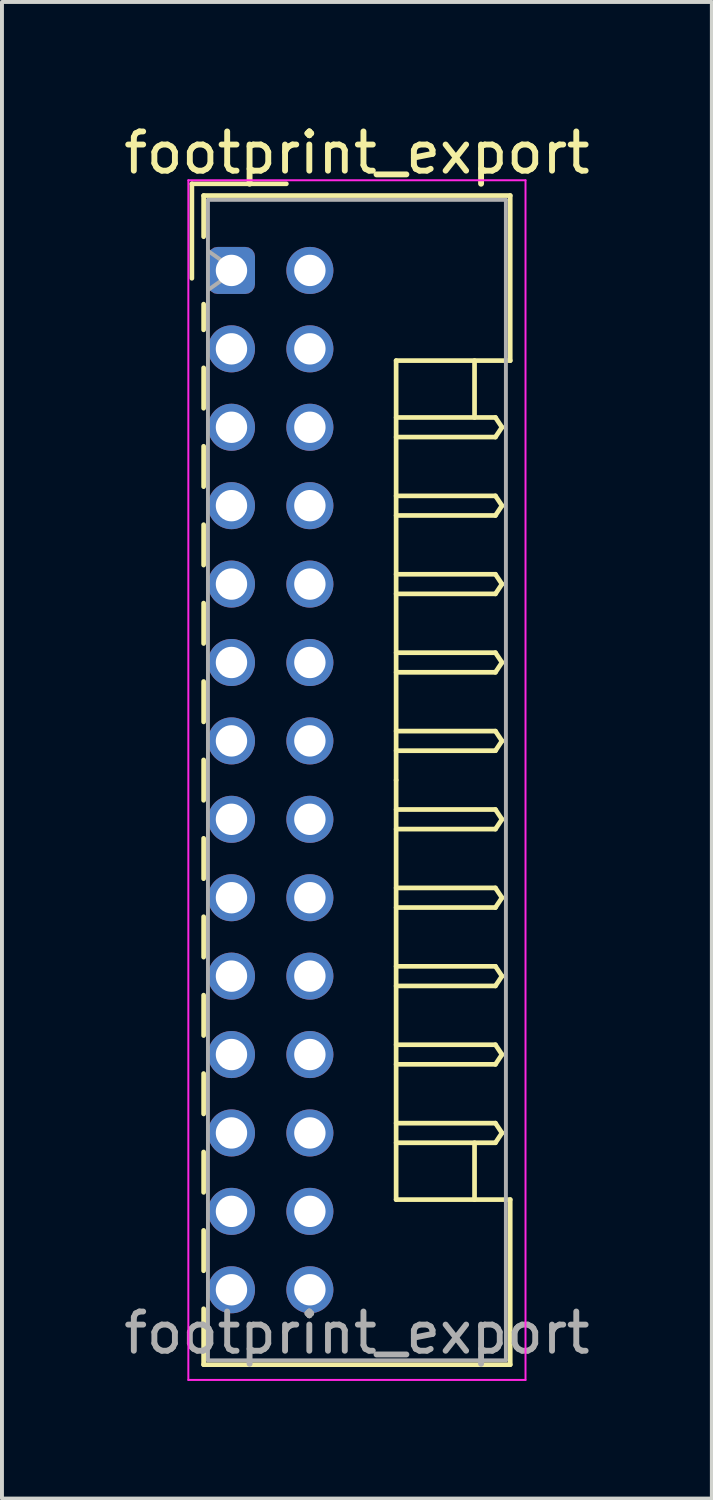
<source format=kicad_pcb>
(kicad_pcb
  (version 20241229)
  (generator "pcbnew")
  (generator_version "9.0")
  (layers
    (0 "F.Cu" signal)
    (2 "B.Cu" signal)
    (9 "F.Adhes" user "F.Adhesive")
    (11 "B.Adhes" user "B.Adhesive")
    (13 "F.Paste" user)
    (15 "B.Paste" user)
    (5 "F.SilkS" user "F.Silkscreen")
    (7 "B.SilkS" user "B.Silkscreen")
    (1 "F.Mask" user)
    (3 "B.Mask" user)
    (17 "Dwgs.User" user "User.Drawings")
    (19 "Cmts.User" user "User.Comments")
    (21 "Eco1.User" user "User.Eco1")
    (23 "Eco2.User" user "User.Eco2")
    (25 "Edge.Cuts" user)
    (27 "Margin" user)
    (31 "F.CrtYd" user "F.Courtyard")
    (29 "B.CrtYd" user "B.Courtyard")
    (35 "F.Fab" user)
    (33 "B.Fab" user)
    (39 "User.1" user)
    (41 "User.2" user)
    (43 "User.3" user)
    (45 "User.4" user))
  (footprint "footprint_export"
    (layer "F.Cu")
    (at 2.854 3.848)
    (property "Reference" "footprint_export" (at 3.2 -3 0) (layer "F.SilkS") (effects (font (size 1 1) (thickness 0.15))))
    (attr through_hole)
    (fp_line (start -1.01 -2.21) (end -1.01 0.2) (stroke (width 0.12) (type solid)) (layer "F.SilkS"))
    (fp_line (start -0.71 -1.91) (end -0.71 -0.86) (stroke (width 0.12) (type solid)) (layer "F.SilkS"))
    (fp_line (start -0.71 -1.91) (end 7.11 -1.91) (stroke (width 0.12) (type solid)) (layer "F.SilkS"))
    (fp_line (start -0.71 0.86) (end -0.71 1.515) (stroke (width 0.12) (type solid)) (layer "F.SilkS"))
    (fp_line (start -0.71 2.485) (end -0.71 3.515) (stroke (width 0.12) (type solid)) (layer "F.SilkS"))
    (fp_line (start -0.71 4.485) (end -0.71 5.515) (stroke (width 0.12) (type solid)) (layer "F.SilkS"))
    (fp_line (start -0.71 6.485) (end -0.71 7.515) (stroke (width 0.12) (type solid)) (layer "F.SilkS"))
    (fp_line (start -0.71 8.485) (end -0.71 9.515) (stroke (width 0.12) (type solid)) (layer "F.SilkS"))
    (fp_line (start -0.71 10.485) (end -0.71 11.515) (stroke (width 0.12) (type solid)) (layer "F.SilkS"))
    (fp_line (start -0.71 12.485) (end -0.71 13.515) (stroke (width 0.12) (type solid)) (layer "F.SilkS"))
    (fp_line (start -0.71 14.485) (end -0.71 15.515) (stroke (width 0.12) (type solid)) (layer "F.SilkS"))
    (fp_line (start -0.71 16.485) (end -0.71 17.515) (stroke (width 0.12) (type solid)) (layer "F.SilkS"))
    (fp_line (start -0.71 18.485) (end -0.71 19.515) (stroke (width 0.12) (type solid)) (layer "F.SilkS"))
    (fp_line (start -0.71 20.485) (end -0.71 21.515) (stroke (width 0.12) (type solid)) (layer "F.SilkS"))
    (fp_line (start -0.71 22.485) (end -0.71 23.515) (stroke (width 0.12) (type solid)) (layer "F.SilkS"))
    (fp_line (start -0.71 24.485) (end -0.71 25.515) (stroke (width 0.12) (type solid)) (layer "F.SilkS"))
    (fp_line (start -0.71 26.485) (end -0.71 27.91) (stroke (width 0.12) (type solid)) (layer "F.SilkS"))
    (fp_line (start -0.71 27.91) (end 7.11 27.91) (stroke (width 0.12) (type solid)) (layer "F.SilkS"))
    (fp_line (start 1.4 -2.21) (end -1.01 -2.21) (stroke (width 0.12) (type solid)) (layer "F.SilkS"))
    (fp_line (start 4.2 2.3) (end 4.2 13) (stroke (width 0.12) (type solid)) (layer "F.SilkS"))
    (fp_line (start 4.2 3.75) (end 6.733 3.75) (stroke (width 0.12) (type solid)) (layer "F.SilkS"))
    (fp_line (start 4.2 5.75) (end 6.733 5.75) (stroke (width 0.12) (type solid)) (layer "F.SilkS"))
    (fp_line (start 4.2 7.75) (end 6.733 7.75) (stroke (width 0.12) (type solid)) (layer "F.SilkS"))
    (fp_line (start 4.2 9.75) (end 6.733 9.75) (stroke (width 0.12) (type solid)) (layer "F.SilkS"))
    (fp_line (start 4.2 11.75) (end 6.733 11.75) (stroke (width 0.12) (type solid)) (layer "F.SilkS"))
    (fp_line (start 4.2 13.75) (end 6.733 13.75) (stroke (width 0.12) (type solid)) (layer "F.SilkS"))
    (fp_line (start 4.2 15.75) (end 6.733 15.75) (stroke (width 0.12) (type solid)) (layer "F.SilkS"))
    (fp_line (start 4.2 17.75) (end 6.733 17.75) (stroke (width 0.12) (type solid)) (layer "F.SilkS"))
    (fp_line (start 4.2 19.75) (end 6.733 19.75) (stroke (width 0.12) (type solid)) (layer "F.SilkS"))
    (fp_line (start 4.2 21.75) (end 6.733 21.75) (stroke (width 0.12) (type solid)) (layer "F.SilkS"))
    (fp_line (start 4.2 23.7) (end 4.2 13) (stroke (width 0.12) (type solid)) (layer "F.SilkS"))
    (fp_line (start 6.2 2.3) (end 6.2 3.75) (stroke (width 0.12) (type solid)) (layer "F.SilkS"))
    (fp_line (start 6.2 23.7) (end 6.2 22.25) (stroke (width 0.12) (type solid)) (layer "F.SilkS"))
    (fp_line (start 6.733 3.75) (end 6.9 4) (stroke (width 0.12) (type solid)) (layer "F.SilkS"))
    (fp_line (start 6.733 4.25) (end 4.2 4.25) (stroke (width 0.12) (type solid)) (layer "F.SilkS"))
    (fp_line (start 6.733 5.75) (end 6.9 6) (stroke (width 0.12) (type solid)) (layer "F.SilkS"))
    (fp_line (start 6.733 6.25) (end 4.2 6.25) (stroke (width 0.12) (type solid)) (layer "F.SilkS"))
    (fp_line (start 6.733 7.75) (end 6.9 8) (stroke (width 0.12) (type solid)) (layer "F.SilkS"))
    (fp_line (start 6.733 8.25) (end 4.2 8.25) (stroke (width 0.12) (type solid)) (layer "F.SilkS"))
    (fp_line (start 6.733 9.75) (end 6.9 10) (stroke (width 0.12) (type solid)) (layer "F.SilkS"))
    (fp_line (start 6.733 10.25) (end 4.2 10.25) (stroke (width 0.12) (type solid)) (layer "F.SilkS"))
    (fp_line (start 6.733 11.75) (end 6.9 12) (stroke (width 0.12) (type solid)) (layer "F.SilkS"))
    (fp_line (start 6.733 12.25) (end 4.2 12.25) (stroke (width 0.12) (type solid)) (layer "F.SilkS"))
    (fp_line (start 6.733 13.75) (end 6.9 14) (stroke (width 0.12) (type solid)) (layer "F.SilkS"))
    (fp_line (start 6.733 14.25) (end 4.2 14.25) (stroke (width 0.12) (type solid)) (layer "F.SilkS"))
    (fp_line (start 6.733 15.75) (end 6.9 16) (stroke (width 0.12) (type solid)) (layer "F.SilkS"))
    (fp_line (start 6.733 16.25) (end 4.2 16.25) (stroke (width 0.12) (type solid)) (layer "F.SilkS"))
    (fp_line (start 6.733 17.75) (end 6.9 18) (stroke (width 0.12) (type solid)) (layer "F.SilkS"))
    (fp_line (start 6.733 18.25) (end 4.2 18.25) (stroke (width 0.12) (type solid)) (layer "F.SilkS"))
    (fp_line (start 6.733 19.75) (end 6.9 20) (stroke (width 0.12) (type solid)) (layer "F.SilkS"))
    (fp_line (start 6.733 20.25) (end 4.2 20.25) (stroke (width 0.12) (type solid)) (layer "F.SilkS"))
    (fp_line (start 6.733 21.75) (end 6.9 22) (stroke (width 0.12) (type solid)) (layer "F.SilkS"))
    (fp_line (start 6.733 22.25) (end 4.2 22.25) (stroke (width 0.12) (type solid)) (layer "F.SilkS"))
    (fp_line (start 6.9 4) (end 6.733 4.25) (stroke (width 0.12) (type solid)) (layer "F.SilkS"))
    (fp_line (start 6.9 6) (end 6.733 6.25) (stroke (width 0.12) (type solid)) (layer "F.SilkS"))
    (fp_line (start 6.9 8) (end 6.733 8.25) (stroke (width 0.12) (type solid)) (layer "F.SilkS"))
    (fp_line (start 6.9 10) (end 6.733 10.25) (stroke (width 0.12) (type solid)) (layer "F.SilkS"))
    (fp_line (start 6.9 12) (end 6.733 12.25) (stroke (width 0.12) (type solid)) (layer "F.SilkS"))
    (fp_line (start 6.9 14) (end 6.733 14.25) (stroke (width 0.12) (type solid)) (layer "F.SilkS"))
    (fp_line (start 6.9 16) (end 6.733 16.25) (stroke (width 0.12) (type solid)) (layer "F.SilkS"))
    (fp_line (start 6.9 18) (end 6.733 18.25) (stroke (width 0.12) (type solid)) (layer "F.SilkS"))
    (fp_line (start 6.9 20) (end 6.733 20.25) (stroke (width 0.12) (type solid)) (layer "F.SilkS"))
    (fp_line (start 6.9 22) (end 6.733 22.25) (stroke (width 0.12) (type solid)) (layer "F.SilkS"))
    (fp_line (start 7.11 -1.91) (end 7.11 2.3) (stroke (width 0.12) (type solid)) (layer "F.SilkS"))
    (fp_line (start 7.11 2.3) (end 4.2 2.3) (stroke (width 0.12) (type solid)) (layer "F.SilkS"))
    (fp_line (start 7.11 23.7) (end 4.2 23.7) (stroke (width 0.12) (type solid)) (layer "F.SilkS"))
    (fp_line (start 7.11 27.91) (end 7.11 23.7) (stroke (width 0.12) (type solid)) (layer "F.SilkS"))
    (fp_line (start -1.1 -2.3) (end -1.1 28.3) (stroke (width 0.05) (type solid)) (layer "F.CrtYd"))
    (fp_line (start -1.1 28.3) (end 7.5 28.3) (stroke (width 0.05) (type solid)) (layer "F.CrtYd"))
    (fp_line (start 7.5 -2.3) (end -1.1 -2.3) (stroke (width 0.05) (type solid)) (layer "F.CrtYd"))
    (fp_line (start 7.5 28.3) (end 7.5 -2.3) (stroke (width 0.05) (type solid)) (layer "F.CrtYd"))
    (fp_line (start -0.6 -1.8) (end -0.6 27.8) (stroke (width 0.1) (type solid)) (layer "F.Fab"))
    (fp_line (start -0.6 0.5) (end 0.107 0) (stroke (width 0.1) (type solid)) (layer "F.Fab"))
    (fp_line (start -0.6 27.8) (end 7 27.8) (stroke (width 0.1) (type solid)) (layer "F.Fab"))
    (fp_line (start 0.107 0) (end -0.6 -0.5) (stroke (width 0.1) (type solid)) (layer "F.Fab"))
    (fp_line (start 7 -1.8) (end -0.6 -1.8) (stroke (width 0.1) (type solid)) (layer "F.Fab"))
    (fp_line (start 7 27.8) (end 7 -1.8) (stroke (width 0.1) (type solid)) (layer "F.Fab"))
    (fp_text user "${REFERENCE}" (at 3.2 27.1 0) (layer "F.Fab") (effects (font (size 1 1) (thickness 0.15))))
    (pad "a1" thru_hole roundrect (at 0 0) (size 1.2 1.2) (drill 0.8) (layers "*.Cu" "*.Mask") (roundrect_rratio 0.208))
    (pad "a2" thru_hole circle (at 0 2) (size 1.2 1.2) (drill 0.8) (layers "*.Cu" "*.Mask"))
    (pad "a3" thru_hole circle (at 0 4) (size 1.2 1.2) (drill 0.8) (layers "*.Cu" "*.Mask"))
    (pad "a4" thru_hole circle (at 0 6) (size 1.2 1.2) (drill 0.8) (layers "*.Cu" "*.Mask"))
    (pad "a5" thru_hole circle (at 0 8) (size 1.2 1.2) (drill 0.8) (layers "*.Cu" "*.Mask"))
    (pad "a6" thru_hole circle (at 0 10) (size 1.2 1.2) (drill 0.8) (layers "*.Cu" "*.Mask"))
    (pad "a7" thru_hole circle (at 0 12) (size 1.2 1.2) (drill 0.8) (layers "*.Cu" "*.Mask"))
    (pad "a8" thru_hole circle (at 0 14) (size 1.2 1.2) (drill 0.8) (layers "*.Cu" "*.Mask"))
    (pad "a9" thru_hole circle (at 0 16) (size 1.2 1.2) (drill 0.8) (layers "*.Cu" "*.Mask"))
    (pad "a10" thru_hole circle (at 0 18) (size 1.2 1.2) (drill 0.8) (layers "*.Cu" "*.Mask"))
    (pad "a11" thru_hole circle (at 0 20) (size 1.2 1.2) (drill 0.8) (layers "*.Cu" "*.Mask"))
    (pad "a12" thru_hole circle (at 0 22) (size 1.2 1.2) (drill 0.8) (layers "*.Cu" "*.Mask"))
    (pad "a13" thru_hole circle (at 0 24) (size 1.2 1.2) (drill 0.8) (layers "*.Cu" "*.Mask"))
    (pad "a14" thru_hole circle (at 0 26) (size 1.2 1.2) (drill 0.8) (layers "*.Cu" "*.Mask"))
    (pad "b1" thru_hole circle (at 2 0) (size 1.2 1.2) (drill 0.8) (layers "*.Cu" "*.Mask"))
    (pad "b2" thru_hole circle (at 2 2) (size 1.2 1.2) (drill 0.8) (layers "*.Cu" "*.Mask"))
    (pad "b3" thru_hole circle (at 2 4) (size 1.2 1.2) (drill 0.8) (layers "*.Cu" "*.Mask"))
    (pad "b4" thru_hole circle (at 2 6) (size 1.2 1.2) (drill 0.8) (layers "*.Cu" "*.Mask"))
    (pad "b5" thru_hole circle (at 2 8) (size 1.2 1.2) (drill 0.8) (layers "*.Cu" "*.Mask"))
    (pad "b6" thru_hole circle (at 2 10) (size 1.2 1.2) (drill 0.8) (layers "*.Cu" "*.Mask"))
    (pad "b7" thru_hole circle (at 2 12) (size 1.2 1.2) (drill 0.8) (layers "*.Cu" "*.Mask"))
    (pad "b8" thru_hole circle (at 2 14) (size 1.2 1.2) (drill 0.8) (layers "*.Cu" "*.Mask"))
    (pad "b9" thru_hole circle (at 2 16) (size 1.2 1.2) (drill 0.8) (layers "*.Cu" "*.Mask"))
    (pad "b10" thru_hole circle (at 2 18) (size 1.2 1.2) (drill 0.8) (layers "*.Cu" "*.Mask"))
    (pad "b11" thru_hole circle (at 2 20) (size 1.2 1.2) (drill 0.8) (layers "*.Cu" "*.Mask"))
    (pad "b12" thru_hole circle (at 2 22) (size 1.2 1.2) (drill 0.8) (layers "*.Cu" "*.Mask"))
    (pad "b13" thru_hole circle (at 2 24) (size 1.2 1.2) (drill 0.8) (layers "*.Cu" "*.Mask"))
    (pad "b14" thru_hole circle (at 2 26) (size 1.2 1.2) (drill 0.8) (layers "*.Cu" "*.Mask")))
  (gr_rect
    (start -3 -3)
    (end 15.107 35.173)
    (stroke (width 0.1) (type default))
    (fill no)
    (layer "Edge.Cuts")))
</source>
